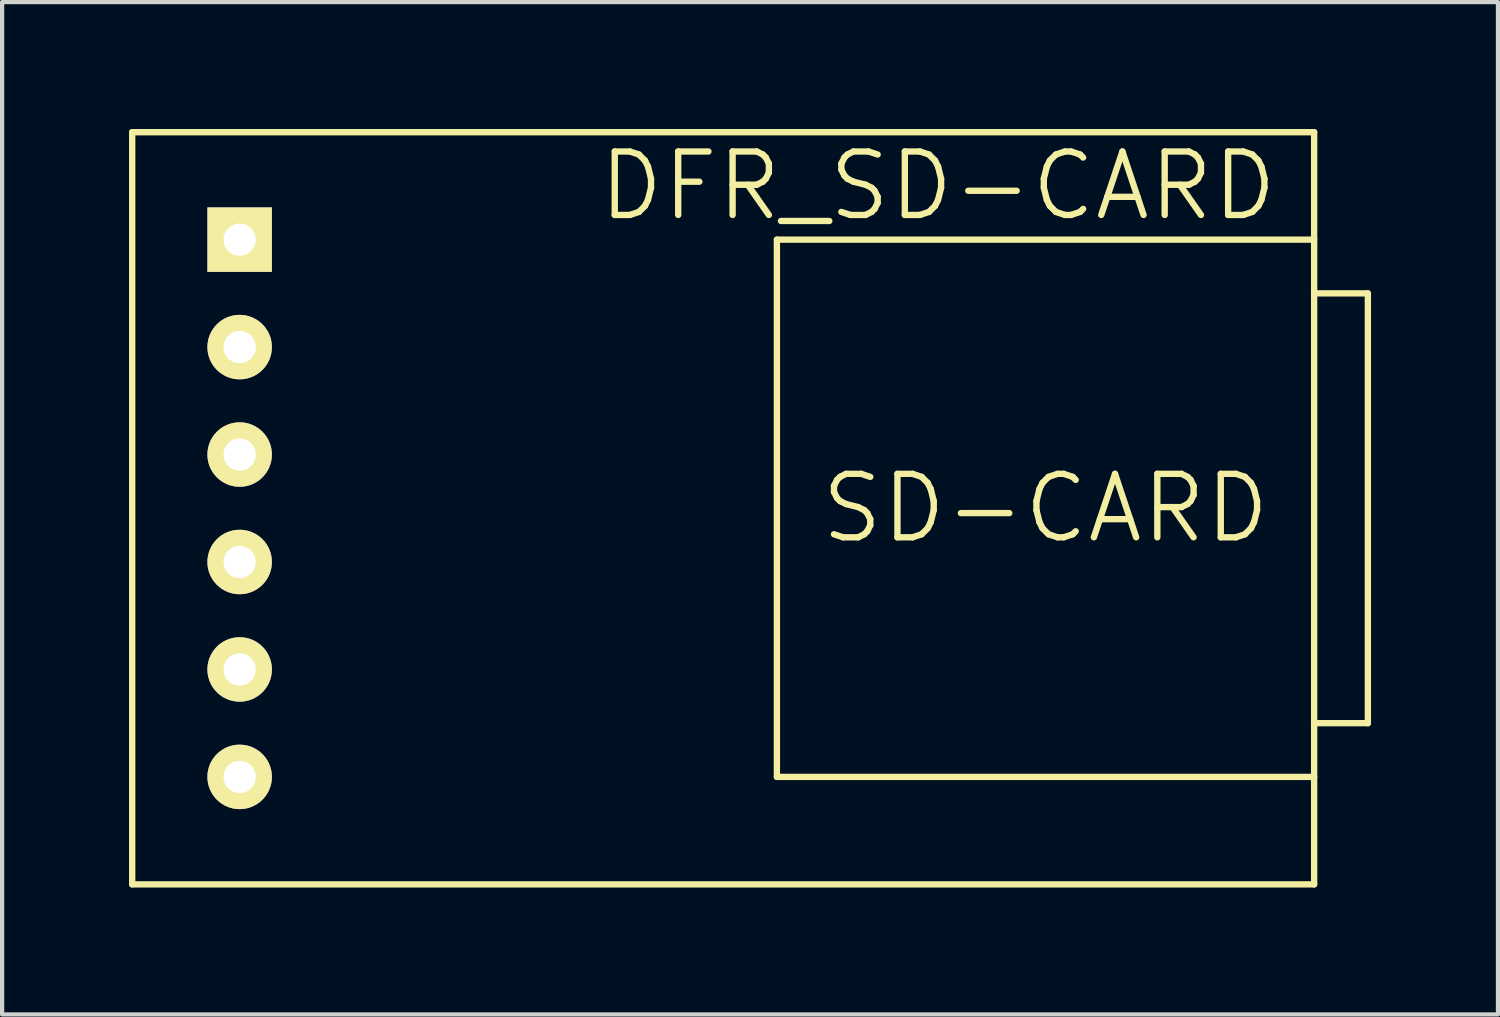
<source format=kicad_pcb>
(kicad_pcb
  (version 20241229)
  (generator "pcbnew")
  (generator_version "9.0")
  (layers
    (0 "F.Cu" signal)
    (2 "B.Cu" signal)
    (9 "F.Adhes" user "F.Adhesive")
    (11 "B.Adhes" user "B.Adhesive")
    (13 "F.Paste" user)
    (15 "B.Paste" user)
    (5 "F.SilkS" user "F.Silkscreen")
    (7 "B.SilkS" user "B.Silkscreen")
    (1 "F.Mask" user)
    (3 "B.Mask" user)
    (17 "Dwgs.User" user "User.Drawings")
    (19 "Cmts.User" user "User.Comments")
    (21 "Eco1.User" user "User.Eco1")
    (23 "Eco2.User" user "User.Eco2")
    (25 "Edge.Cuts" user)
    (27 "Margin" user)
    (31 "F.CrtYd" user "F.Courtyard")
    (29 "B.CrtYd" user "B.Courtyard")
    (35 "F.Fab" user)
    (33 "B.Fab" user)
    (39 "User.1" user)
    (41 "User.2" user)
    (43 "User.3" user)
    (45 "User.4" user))
  (footprint "DFR_SD-CARD"
    (layer "F.Cu")
    (at 2.615 10.235)
    (property "Reference" "DFR_SD-CARD" (at 16.51 -8.89 0) (layer "F.SilkS") (effects (font (size 1.5 1.5) (thickness 0.15))))
    (attr through_hole)
    (fp_line (start -2.54 -10.16) (end 25.4 -10.16) (stroke (width 0.15) (type solid)) (layer "F.SilkS"))
    (fp_line (start -2.54 7.62) (end -2.54 -10.16) (stroke (width 0.15) (type solid)) (layer "F.SilkS"))
    (fp_line (start 12.7 -7.62) (end 12.7 5.08) (stroke (width 0.15) (type solid)) (layer "F.SilkS"))
    (fp_line (start 12.7 5.08) (end 25.4 5.08) (stroke (width 0.15) (type solid)) (layer "F.SilkS"))
    (fp_line (start 25.4 -10.16) (end 25.4 7.62) (stroke (width 0.15) (type solid)) (layer "F.SilkS"))
    (fp_line (start 25.4 -7.62) (end 12.7 -7.62) (stroke (width 0.15) (type solid)) (layer "F.SilkS"))
    (fp_line (start 25.4 -6.35) (end 26.67 -6.35) (stroke (width 0.15) (type solid)) (layer "F.SilkS"))
    (fp_line (start 25.4 7.62) (end -2.54 7.62) (stroke (width 0.15) (type solid)) (layer "F.SilkS"))
    (fp_line (start 26.67 -6.35) (end 26.67 3.81) (stroke (width 0.15) (type solid)) (layer "F.SilkS"))
    (fp_line (start 26.67 3.81) (end 25.4 3.81) (stroke (width 0.15) (type solid)) (layer "F.SilkS"))
    (fp_text user "SD-CARD" (at 19.05 -1.27 0) (layer "F.SilkS") (effects (font (size 1.5 1.5) (thickness 0.15))))
    (pad "2" thru_hole rect (at 0 -7.62) (size 1.524 1.524) (drill 0.762) (layers "*.Cu" "*.Mask" "F.SilkS"))
    (pad "3" thru_hole circle (at 0 -5.08) (size 1.524 1.524) (drill 0.762) (layers "*.Cu" "*.Mask" "F.SilkS"))
    (pad "4" thru_hole circle (at 0 -2.54) (size 1.524 1.524) (drill 0.762) (layers "*.Cu" "*.Mask" "F.SilkS"))
    (pad "5" thru_hole circle (at 0 0) (size 1.524 1.524) (drill 0.762) (layers "*.Cu" "*.Mask" "F.SilkS"))
    (pad "6" thru_hole circle (at 0 2.54) (size 1.524 1.524) (drill 0.762) (layers "*.Cu" "*.Mask" "F.SilkS"))
    (pad "7" thru_hole circle (at 0 5.08) (size 1.524 1.524) (drill 0.762) (layers "*.Cu" "*.Mask" "F.SilkS")))
  (gr_rect
    (start -3 -3)
    (end 32.36 20.93)
    (stroke (width 0.1) (type default))
    (fill no)
    (layer "Edge.Cuts")))
</source>
